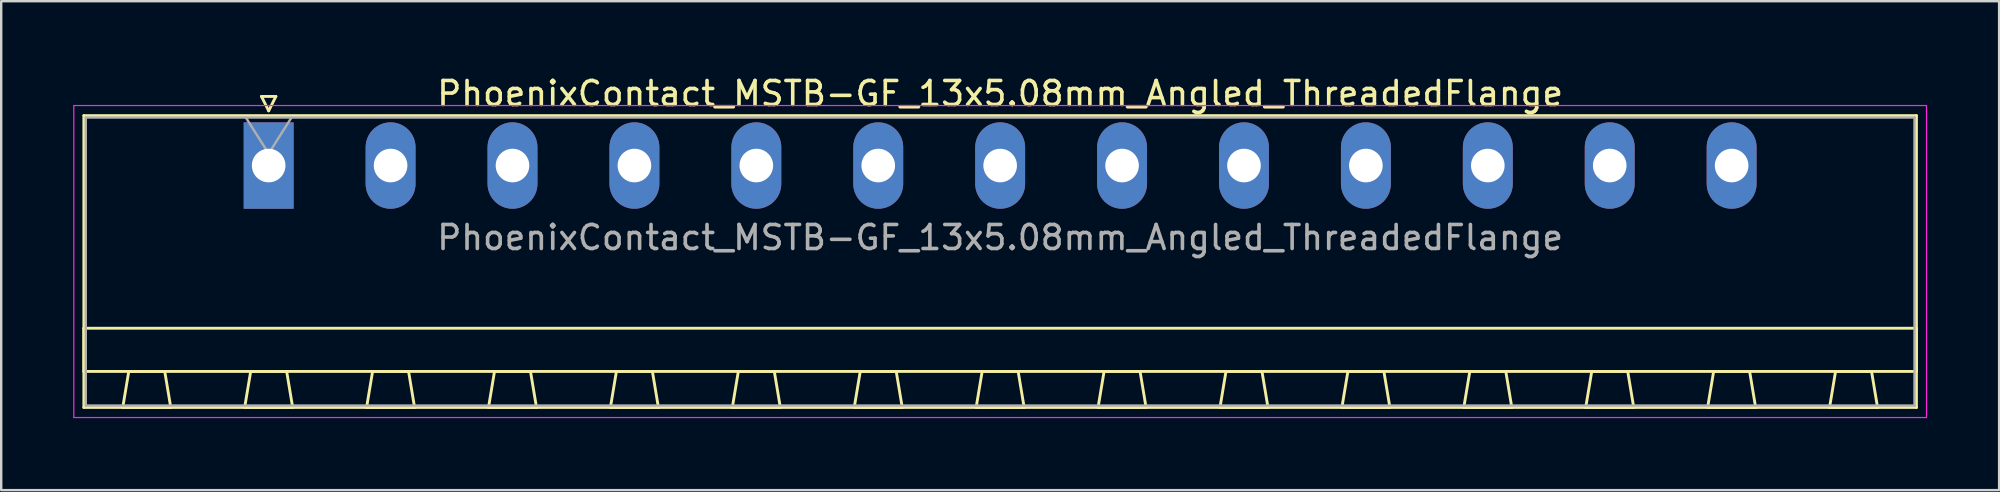
<source format=kicad_pcb>
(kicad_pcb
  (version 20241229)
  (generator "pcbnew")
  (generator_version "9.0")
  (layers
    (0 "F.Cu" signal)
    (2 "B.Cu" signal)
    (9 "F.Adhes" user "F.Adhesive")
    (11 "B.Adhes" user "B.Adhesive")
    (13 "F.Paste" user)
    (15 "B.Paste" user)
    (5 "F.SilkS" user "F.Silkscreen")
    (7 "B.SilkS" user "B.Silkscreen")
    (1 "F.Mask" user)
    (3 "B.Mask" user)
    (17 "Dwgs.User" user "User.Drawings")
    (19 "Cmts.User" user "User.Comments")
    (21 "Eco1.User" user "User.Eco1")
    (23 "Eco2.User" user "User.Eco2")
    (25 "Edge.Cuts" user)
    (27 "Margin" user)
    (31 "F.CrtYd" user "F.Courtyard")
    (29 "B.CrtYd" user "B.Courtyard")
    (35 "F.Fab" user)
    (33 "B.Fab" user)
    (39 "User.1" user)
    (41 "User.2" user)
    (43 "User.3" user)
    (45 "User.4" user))
  (footprint "PhoenixContact_MSTB-GF_13x5.08mm_Angled_ThreadedFlange"
    (layer "F.Cu")
    (at 8.145 3.848)
    (property "Reference" "PhoenixContact_MSTB-GF_13x5.08mm_Angled_ThreadedFlange" (at 30.48 -3 0) (layer "F.SilkS") (effects (font (size 1 1) (thickness 0.15))))
    (attr through_hole)
    (fp_line (start -7.7 -2.08) (end -7.7 10.08) (stroke (width 0.12) (type solid)) (layer "F.SilkS"))
    (fp_line (start -7.7 6.78) (end 68.66 6.78) (stroke (width 0.12) (type solid)) (layer "F.SilkS"))
    (fp_line (start -7.7 8.58) (end -7.7 6.78) (stroke (width 0.12) (type solid)) (layer "F.SilkS"))
    (fp_line (start -7.7 10.08) (end 68.66 10.08) (stroke (width 0.12) (type solid)) (layer "F.SilkS"))
    (fp_line (start -6.08 10.08) (end -4.08 10.08) (stroke (width 0.12) (type solid)) (layer "F.SilkS"))
    (fp_line (start -5.83 8.58) (end -6.08 10.08) (stroke (width 0.12) (type solid)) (layer "F.SilkS"))
    (fp_line (start -4.33 8.58) (end -5.83 8.58) (stroke (width 0.12) (type solid)) (layer "F.SilkS"))
    (fp_line (start -4.08 10.08) (end -4.33 8.58) (stroke (width 0.12) (type solid)) (layer "F.SilkS"))
    (fp_line (start -1 10.08) (end 1 10.08) (stroke (width 0.12) (type solid)) (layer "F.SilkS"))
    (fp_line (start -0.75 8.58) (end -1 10.08) (stroke (width 0.12) (type solid)) (layer "F.SilkS"))
    (fp_line (start -0.3 -2.88) (end 0.3 -2.88) (stroke (width 0.12) (type solid)) (layer "F.SilkS"))
    (fp_line (start 0 -2.28) (end -0.3 -2.88) (stroke (width 0.12) (type solid)) (layer "F.SilkS"))
    (fp_line (start 0.3 -2.88) (end 0 -2.28) (stroke (width 0.12) (type solid)) (layer "F.SilkS"))
    (fp_line (start 0.75 8.58) (end -0.75 8.58) (stroke (width 0.12) (type solid)) (layer "F.SilkS"))
    (fp_line (start 1 10.08) (end 0.75 8.58) (stroke (width 0.12) (type solid)) (layer "F.SilkS"))
    (fp_line (start 4.08 10.08) (end 6.08 10.08) (stroke (width 0.12) (type solid)) (layer "F.SilkS"))
    (fp_line (start 4.33 8.58) (end 4.08 10.08) (stroke (width 0.12) (type solid)) (layer "F.SilkS"))
    (fp_line (start 5.83 8.58) (end 4.33 8.58) (stroke (width 0.12) (type solid)) (layer "F.SilkS"))
    (fp_line (start 6.08 10.08) (end 5.83 8.58) (stroke (width 0.12) (type solid)) (layer "F.SilkS"))
    (fp_line (start 9.16 10.08) (end 11.16 10.08) (stroke (width 0.12) (type solid)) (layer "F.SilkS"))
    (fp_line (start 9.41 8.58) (end 9.16 10.08) (stroke (width 0.12) (type solid)) (layer "F.SilkS"))
    (fp_line (start 10.91 8.58) (end 9.41 8.58) (stroke (width 0.12) (type solid)) (layer "F.SilkS"))
    (fp_line (start 11.16 10.08) (end 10.91 8.58) (stroke (width 0.12) (type solid)) (layer "F.SilkS"))
    (fp_line (start 14.24 10.08) (end 16.24 10.08) (stroke (width 0.12) (type solid)) (layer "F.SilkS"))
    (fp_line (start 14.49 8.58) (end 14.24 10.08) (stroke (width 0.12) (type solid)) (layer "F.SilkS"))
    (fp_line (start 15.99 8.58) (end 14.49 8.58) (stroke (width 0.12) (type solid)) (layer "F.SilkS"))
    (fp_line (start 16.24 10.08) (end 15.99 8.58) (stroke (width 0.12) (type solid)) (layer "F.SilkS"))
    (fp_line (start 19.32 10.08) (end 21.32 10.08) (stroke (width 0.12) (type solid)) (layer "F.SilkS"))
    (fp_line (start 19.57 8.58) (end 19.32 10.08) (stroke (width 0.12) (type solid)) (layer "F.SilkS"))
    (fp_line (start 21.07 8.58) (end 19.57 8.58) (stroke (width 0.12) (type solid)) (layer "F.SilkS"))
    (fp_line (start 21.32 10.08) (end 21.07 8.58) (stroke (width 0.12) (type solid)) (layer "F.SilkS"))
    (fp_line (start 24.4 10.08) (end 26.4 10.08) (stroke (width 0.12) (type solid)) (layer "F.SilkS"))
    (fp_line (start 24.65 8.58) (end 24.4 10.08) (stroke (width 0.12) (type solid)) (layer "F.SilkS"))
    (fp_line (start 26.15 8.58) (end 24.65 8.58) (stroke (width 0.12) (type solid)) (layer "F.SilkS"))
    (fp_line (start 26.4 10.08) (end 26.15 8.58) (stroke (width 0.12) (type solid)) (layer "F.SilkS"))
    (fp_line (start 29.48 10.08) (end 31.48 10.08) (stroke (width 0.12) (type solid)) (layer "F.SilkS"))
    (fp_line (start 29.73 8.58) (end 29.48 10.08) (stroke (width 0.12) (type solid)) (layer "F.SilkS"))
    (fp_line (start 31.23 8.58) (end 29.73 8.58) (stroke (width 0.12) (type solid)) (layer "F.SilkS"))
    (fp_line (start 31.48 10.08) (end 31.23 8.58) (stroke (width 0.12) (type solid)) (layer "F.SilkS"))
    (fp_line (start 34.56 10.08) (end 36.56 10.08) (stroke (width 0.12) (type solid)) (layer "F.SilkS"))
    (fp_line (start 34.81 8.58) (end 34.56 10.08) (stroke (width 0.12) (type solid)) (layer "F.SilkS"))
    (fp_line (start 36.31 8.58) (end 34.81 8.58) (stroke (width 0.12) (type solid)) (layer "F.SilkS"))
    (fp_line (start 36.56 10.08) (end 36.31 8.58) (stroke (width 0.12) (type solid)) (layer "F.SilkS"))
    (fp_line (start 39.64 10.08) (end 41.64 10.08) (stroke (width 0.12) (type solid)) (layer "F.SilkS"))
    (fp_line (start 39.89 8.58) (end 39.64 10.08) (stroke (width 0.12) (type solid)) (layer "F.SilkS"))
    (fp_line (start 41.39 8.58) (end 39.89 8.58) (stroke (width 0.12) (type solid)) (layer "F.SilkS"))
    (fp_line (start 41.64 10.08) (end 41.39 8.58) (stroke (width 0.12) (type solid)) (layer "F.SilkS"))
    (fp_line (start 44.72 10.08) (end 46.72 10.08) (stroke (width 0.12) (type solid)) (layer "F.SilkS"))
    (fp_line (start 44.97 8.58) (end 44.72 10.08) (stroke (width 0.12) (type solid)) (layer "F.SilkS"))
    (fp_line (start 46.47 8.58) (end 44.97 8.58) (stroke (width 0.12) (type solid)) (layer "F.SilkS"))
    (fp_line (start 46.72 10.08) (end 46.47 8.58) (stroke (width 0.12) (type solid)) (layer "F.SilkS"))
    (fp_line (start 49.8 10.08) (end 51.8 10.08) (stroke (width 0.12) (type solid)) (layer "F.SilkS"))
    (fp_line (start 50.05 8.58) (end 49.8 10.08) (stroke (width 0.12) (type solid)) (layer "F.SilkS"))
    (fp_line (start 51.55 8.58) (end 50.05 8.58) (stroke (width 0.12) (type solid)) (layer "F.SilkS"))
    (fp_line (start 51.8 10.08) (end 51.55 8.58) (stroke (width 0.12) (type solid)) (layer "F.SilkS"))
    (fp_line (start 54.88 10.08) (end 56.88 10.08) (stroke (width 0.12) (type solid)) (layer "F.SilkS"))
    (fp_line (start 55.13 8.58) (end 54.88 10.08) (stroke (width 0.12) (type solid)) (layer "F.SilkS"))
    (fp_line (start 56.63 8.58) (end 55.13 8.58) (stroke (width 0.12) (type solid)) (layer "F.SilkS"))
    (fp_line (start 56.88 10.08) (end 56.63 8.58) (stroke (width 0.12) (type solid)) (layer "F.SilkS"))
    (fp_line (start 59.96 10.08) (end 61.96 10.08) (stroke (width 0.12) (type solid)) (layer "F.SilkS"))
    (fp_line (start 60.21 8.58) (end 59.96 10.08) (stroke (width 0.12) (type solid)) (layer "F.SilkS"))
    (fp_line (start 61.71 8.58) (end 60.21 8.58) (stroke (width 0.12) (type solid)) (layer "F.SilkS"))
    (fp_line (start 61.96 10.08) (end 61.71 8.58) (stroke (width 0.12) (type solid)) (layer "F.SilkS"))
    (fp_line (start 65.04 10.08) (end 67.04 10.08) (stroke (width 0.12) (type solid)) (layer "F.SilkS"))
    (fp_line (start 65.29 8.58) (end 65.04 10.08) (stroke (width 0.12) (type solid)) (layer "F.SilkS"))
    (fp_line (start 66.79 8.58) (end 65.29 8.58) (stroke (width 0.12) (type solid)) (layer "F.SilkS"))
    (fp_line (start 67.04 10.08) (end 66.79 8.58) (stroke (width 0.12) (type solid)) (layer "F.SilkS"))
    (fp_line (start 68.66 -2.08) (end -7.7 -2.08) (stroke (width 0.12) (type solid)) (layer "F.SilkS"))
    (fp_line (start 68.66 6.78) (end 68.66 8.58) (stroke (width 0.12) (type solid)) (layer "F.SilkS"))
    (fp_line (start 68.66 8.58) (end -7.7 8.58) (stroke (width 0.12) (type solid)) (layer "F.SilkS"))
    (fp_line (start 68.66 10.08) (end 68.66 -2.08) (stroke (width 0.12) (type solid)) (layer "F.SilkS"))
    (fp_line (start -8.12 -2.5) (end -8.12 10.5) (stroke (width 0.05) (type solid)) (layer "F.CrtYd"))
    (fp_line (start -8.12 10.5) (end 69.08 10.5) (stroke (width 0.05) (type solid)) (layer "F.CrtYd"))
    (fp_line (start 69.08 -2.5) (end -8.12 -2.5) (stroke (width 0.05) (type solid)) (layer "F.CrtYd"))
    (fp_line (start 69.08 10.5) (end 69.08 -2.5) (stroke (width 0.05) (type solid)) (layer "F.CrtYd"))
    (fp_line (start -7.62 -2) (end -7.62 10) (stroke (width 0.1) (type solid)) (layer "F.Fab"))
    (fp_line (start -7.62 10) (end 68.58 10) (stroke (width 0.1) (type solid)) (layer "F.Fab"))
    (fp_line (start 0 -0.5) (end -0.95 -2) (stroke (width 0.1) (type solid)) (layer "F.Fab"))
    (fp_line (start 0.95 -2) (end 0 -0.5) (stroke (width 0.1) (type solid)) (layer "F.Fab"))
    (fp_line (start 68.58 -2) (end -7.62 -2) (stroke (width 0.1) (type solid)) (layer "F.Fab"))
    (fp_line (start 68.58 10) (end 68.58 -2) (stroke (width 0.1) (type solid)) (layer "F.Fab"))
    (fp_text user "${REFERENCE}" (at 30.48 3 0) (layer "F.Fab") (effects (font (size 1 1) (thickness 0.15))))
    (pad "1" thru_hole rect (at 0 0) (size 2.08 3.6) (drill 1.4) (layers "*.Cu" "*.Mask"))
    (pad "2" thru_hole oval (at 5.08 0) (size 2.08 3.6) (drill 1.4) (layers "*.Cu" "*.Mask"))
    (pad "3" thru_hole oval (at 10.16 0) (size 2.08 3.6) (drill 1.4) (layers "*.Cu" "*.Mask"))
    (pad "4" thru_hole oval (at 15.24 0) (size 2.08 3.6) (drill 1.4) (layers "*.Cu" "*.Mask"))
    (pad "5" thru_hole oval (at 20.32 0) (size 2.08 3.6) (drill 1.4) (layers "*.Cu" "*.Mask"))
    (pad "6" thru_hole oval (at 25.4 0) (size 2.08 3.6) (drill 1.4) (layers "*.Cu" "*.Mask"))
    (pad "7" thru_hole oval (at 30.48 0) (size 2.08 3.6) (drill 1.4) (layers "*.Cu" "*.Mask"))
    (pad "8" thru_hole oval (at 35.56 0) (size 2.08 3.6) (drill 1.4) (layers "*.Cu" "*.Mask"))
    (pad "9" thru_hole oval (at 40.64 0) (size 2.08 3.6) (drill 1.4) (layers "*.Cu" "*.Mask"))
    (pad "10" thru_hole oval (at 45.72 0) (size 2.08 3.6) (drill 1.4) (layers "*.Cu" "*.Mask"))
    (pad "11" thru_hole oval (at 50.8 0) (size 2.08 3.6) (drill 1.4) (layers "*.Cu" "*.Mask"))
    (pad "12" thru_hole oval (at 55.88 0) (size 2.08 3.6) (drill 1.4) (layers "*.Cu" "*.Mask"))
    (pad "13" thru_hole oval (at 60.96 0) (size 2.08 3.6) (drill 1.4) (layers "*.Cu" "*.Mask")))
  (gr_rect
    (start -3 -3)
    (end 80.25 17.373)
    (stroke (width 0.1) (type default))
    (fill no)
    (layer "Edge.Cuts")))
</source>
